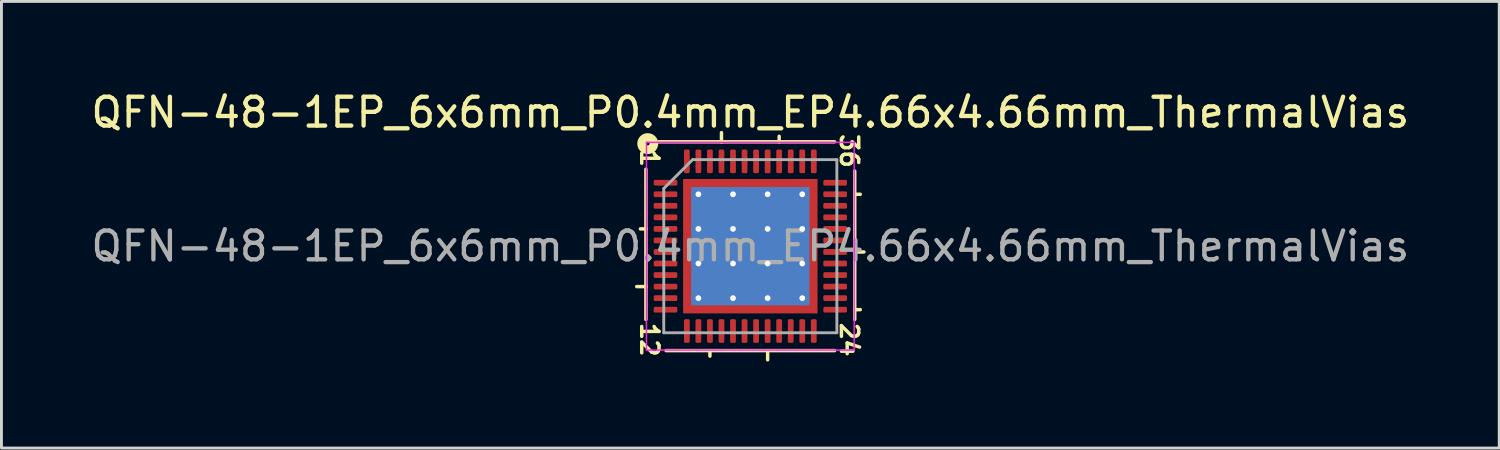
<source format=kicad_pcb>
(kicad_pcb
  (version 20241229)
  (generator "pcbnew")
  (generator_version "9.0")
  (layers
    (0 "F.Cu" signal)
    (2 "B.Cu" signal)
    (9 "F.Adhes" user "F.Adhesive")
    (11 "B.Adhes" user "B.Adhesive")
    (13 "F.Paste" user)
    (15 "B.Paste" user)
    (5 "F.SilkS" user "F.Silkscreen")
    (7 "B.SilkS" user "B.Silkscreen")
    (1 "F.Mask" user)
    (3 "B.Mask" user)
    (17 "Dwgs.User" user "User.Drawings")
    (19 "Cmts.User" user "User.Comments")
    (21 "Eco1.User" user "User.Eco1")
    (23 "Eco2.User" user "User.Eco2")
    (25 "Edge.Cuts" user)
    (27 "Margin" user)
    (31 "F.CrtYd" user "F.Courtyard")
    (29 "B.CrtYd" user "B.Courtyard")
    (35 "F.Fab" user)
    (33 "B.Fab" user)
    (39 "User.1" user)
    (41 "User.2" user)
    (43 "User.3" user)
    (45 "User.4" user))
  (footprint "QFN-48-1EP_6x6mm_P0.4mm_EP4.66x4.66mm_ThermalVias"
    (layer "F.Cu")
    (at 22.958 5.484)
    (property "Reference" "QFN-48-1EP_6x6mm_P0.4mm_EP4.66x4.66mm_ThermalVias" (at 0 -4.636 0) (layer "F.SilkS") (effects (font (size 1 1) (thickness 0.15))))
    (attr smd)
    (fp_line (start -3.619 -2.667) (end -3.619 2.54) (stroke (width 0.12) (type solid)) (layer "F.SilkS"))
    (fp_line (start -3.619 -0.6) (end -3.81 -0.6) (stroke (width 0.12) (type solid)) (layer "F.SilkS"))
    (fp_line (start -3.619 1.4) (end -3.937 1.4) (stroke (width 0.12) (type solid)) (layer "F.SilkS"))
    (fp_line (start -2.921 3.619) (end 2.921 3.619) (stroke (width 0.12) (type solid)) (layer "F.SilkS"))
    (fp_line (start -1.4 3.81) (end -1.4 3.619) (stroke (width 0.12) (type solid)) (layer "F.SilkS"))
    (fp_line (start -1 -3.619) (end -1 -3.937) (stroke (width 0.12) (type solid)) (layer "F.SilkS"))
    (fp_line (start 0.6 3.619) (end 0.6 3.937) (stroke (width 0.12) (type solid)) (layer "F.SilkS"))
    (fp_line (start 1 -3.619) (end 1 -3.81) (stroke (width 0.12) (type solid)) (layer "F.SilkS"))
    (fp_line (start 2.921 -3.619) (end -3.175 -3.619) (stroke (width 0.12) (type solid)) (layer "F.SilkS"))
    (fp_line (start 3.619 -1.8) (end 3.81 -1.8) (stroke (width 0.12) (type solid)) (layer "F.SilkS"))
    (fp_line (start 3.619 0.2) (end 3.937 0.2) (stroke (width 0.12) (type solid)) (layer "F.SilkS"))
    (fp_line (start 3.619 2.2) (end 3.81 2.2) (stroke (width 0.12) (type solid)) (layer "F.SilkS"))
    (fp_line (start 3.619 2.54) (end 3.619 -2.603) (stroke (width 0.12) (type solid)) (layer "F.SilkS"))
    (fp_circle (center -3.556 -3.556) (end -3.493 -3.556) (stroke (width 0.3) (type solid)) (fill no) (layer "F.SilkS"))
    (fp_line (start -3.6 -3.6) (end -3.6 3.6) (stroke (width 0.05) (type solid)) (layer "F.CrtYd"))
    (fp_line (start -3.6 3.6) (end 3.6 3.6) (stroke (width 0.05) (type solid)) (layer "F.CrtYd"))
    (fp_line (start 3.6 -3.6) (end -3.6 -3.6) (stroke (width 0.05) (type solid)) (layer "F.CrtYd"))
    (fp_line (start 3.6 3.6) (end 3.6 -3.6) (stroke (width 0.05) (type solid)) (layer "F.CrtYd"))
    (fp_line (start -3 -2) (end -2 -3) (stroke (width 0.1) (type solid)) (layer "F.Fab"))
    (fp_line (start -3 3) (end -3 -2) (stroke (width 0.1) (type solid)) (layer "F.Fab"))
    (fp_line (start -2 -3) (end 3 -3) (stroke (width 0.1) (type solid)) (layer "F.Fab"))
    (fp_line (start 3 -3) (end 3 3) (stroke (width 0.1) (type solid)) (layer "F.Fab"))
    (fp_line (start 3 3) (end -3 3) (stroke (width 0.1) (type solid)) (layer "F.Fab"))
    (fp_text user "36" (at 3.429 -3.302 270) (unlocked yes) (layer "F.SilkS") (effects (font (size 0.6 0.6) (thickness 0.12))))
    (fp_text user "1" (at -3.493 -3.048 270) (unlocked yes) (layer "F.SilkS") (effects (font (size 0.6 0.6) (thickness 0.12))))
    (fp_text user "12" (at -3.493 3.239 270) (unlocked yes) (layer "F.SilkS") (effects (font (size 0.6 0.6) (thickness 0.12))))
    (fp_text user "24" (at 3.429 3.239 270) (unlocked yes) (layer "F.SilkS") (effects (font (size 0.6 0.6) (thickness 0.12))))
    (fp_text user "${REFERENCE}" (at 0 0 0) (layer "F.Fab") (effects (font (size 1 1) (thickness 0.15))))
    (pad "" smd custom (at -2.065 -2.065) (size 0.3 0.3) (layers "F.Paste") (options (anchor circle)) (primitives (gr_poly (pts (xy -0.107 -0.107) (xy 0.107 -0.107) (xy 0.107 -0.011) (xy -0.011 0.107) (xy -0.107 0.107)) (width 0.214) (fill yes))))
    (pad "" smd custom (at -2.065 -1.2) (size 0.346 0.346) (layers "F.Paste") (options (anchor circle)) (primitives (gr_poly (pts (xy -0.132 -0.402) (xy 0.065 -0.402) (xy 0.132 -0.335) (xy 0.132 0.335) (xy 0.065 0.402) (xy -0.132 0.402)) (width 0.163) (fill yes))))
    (pad "" smd custom (at -2.065 0) (size 0.346 0.346) (layers "F.Paste") (options (anchor circle)) (primitives (gr_poly (pts (xy -0.132 -0.402) (xy 0.065 -0.402) (xy 0.132 -0.335) (xy 0.132 0.335) (xy 0.065 0.402) (xy -0.132 0.402)) (width 0.163) (fill yes))))
    (pad "" smd custom (at -2.065 1.2) (size 0.346 0.346) (layers "F.Paste") (options (anchor circle)) (primitives (gr_poly (pts (xy -0.132 -0.402) (xy 0.065 -0.402) (xy 0.132 -0.335) (xy 0.132 0.335) (xy 0.065 0.402) (xy -0.132 0.402)) (width 0.163) (fill yes))))
    (pad "" smd custom (at -2.065 2.065) (size 0.3 0.3) (layers "F.Paste") (options (anchor circle)) (primitives (gr_poly (pts (xy -0.107 -0.107) (xy -0.011 -0.107) (xy 0.107 0.011) (xy 0.107 0.107) (xy -0.107 0.107)) (width 0.214) (fill yes))))
    (pad "" smd custom (at -1.2 -2.065) (size 0.346 0.346) (layers "F.Paste") (options (anchor circle)) (primitives (gr_poly (pts (xy -0.402 -0.132) (xy 0.402 -0.132) (xy 0.402 0.065) (xy 0.335 0.132) (xy -0.335 0.132) (xy -0.402 0.065)) (width 0.163) (fill yes))))
    (pad "" smd roundrect (at -1.2 -1.2) (size 0.967 0.967) (layers "F.Paste") (roundrect_rratio 0.25))
    (pad "" smd roundrect (at -1.2 0) (size 0.967 0.967) (layers "F.Paste") (roundrect_rratio 0.25))
    (pad "" smd roundrect (at -1.2 1.2) (size 0.967 0.967) (layers "F.Paste") (roundrect_rratio 0.25))
    (pad "" smd custom (at -1.2 2.065) (size 0.346 0.346) (layers "F.Paste") (options (anchor circle)) (primitives (gr_poly (pts (xy -0.402 -0.065) (xy -0.335 -0.132) (xy 0.335 -0.132) (xy 0.402 -0.065) (xy 0.402 0.132) (xy -0.402 0.132)) (width 0.163) (fill yes))))
    (pad "" smd custom (at 0 -2.065) (size 0.346 0.346) (layers "F.Paste") (options (anchor circle)) (primitives (gr_poly (pts (xy -0.402 -0.132) (xy 0.402 -0.132) (xy 0.402 0.065) (xy 0.335 0.132) (xy -0.335 0.132) (xy -0.402 0.065)) (width 0.163) (fill yes))))
    (pad "" smd roundrect (at 0 -1.2) (size 0.967 0.967) (layers "F.Paste") (roundrect_rratio 0.25))
    (pad "" smd roundrect (at 0 0) (size 0.967 0.967) (layers "F.Paste") (roundrect_rratio 0.25))
    (pad "" smd roundrect (at 0 1.2) (size 0.967 0.967) (layers "F.Paste") (roundrect_rratio 0.25))
    (pad "" smd custom (at 0 2.065) (size 0.346 0.346) (layers "F.Paste") (options (anchor circle)) (primitives (gr_poly (pts (xy -0.402 -0.065) (xy -0.335 -0.132) (xy 0.335 -0.132) (xy 0.402 -0.065) (xy 0.402 0.132) (xy -0.402 0.132)) (width 0.163) (fill yes))))
    (pad "" smd custom (at 1.2 -2.065) (size 0.346 0.346) (layers "F.Paste") (options (anchor circle)) (primitives (gr_poly (pts (xy -0.402 -0.132) (xy 0.402 -0.132) (xy 0.402 0.065) (xy 0.335 0.132) (xy -0.335 0.132) (xy -0.402 0.065)) (width 0.163) (fill yes))))
    (pad "" smd roundrect (at 1.2 -1.2) (size 0.967 0.967) (layers "F.Paste") (roundrect_rratio 0.25))
    (pad "" smd roundrect (at 1.2 0) (size 0.967 0.967) (layers "F.Paste") (roundrect_rratio 0.25))
    (pad "" smd roundrect (at 1.2 1.2) (size 0.967 0.967) (layers "F.Paste") (roundrect_rratio 0.25))
    (pad "" smd custom (at 1.2 2.065) (size 0.346 0.346) (layers "F.Paste") (options (anchor circle)) (primitives (gr_poly (pts (xy -0.402 -0.065) (xy -0.335 -0.132) (xy 0.335 -0.132) (xy 0.402 -0.065) (xy 0.402 0.132) (xy -0.402 0.132)) (width 0.163) (fill yes))))
    (pad "" smd custom (at 2.065 -2.065) (size 0.3 0.3) (layers "F.Paste") (options (anchor circle)) (primitives (gr_poly (pts (xy -0.107 -0.107) (xy 0.107 -0.107) (xy 0.107 0.107) (xy 0.011 0.107) (xy -0.107 -0.011)) (width 0.214) (fill yes))))
    (pad "" smd custom (at 2.065 -1.2) (size 0.346 0.346) (layers "F.Paste") (options (anchor circle)) (primitives (gr_poly (pts (xy -0.132 -0.335) (xy -0.065 -0.402) (xy 0.132 -0.402) (xy 0.132 0.402) (xy -0.065 0.402) (xy -0.132 0.335)) (width 0.163) (fill yes))))
    (pad "" smd custom (at 2.065 0) (size 0.346 0.346) (layers "F.Paste") (options (anchor circle)) (primitives (gr_poly (pts (xy -0.132 -0.335) (xy -0.065 -0.402) (xy 0.132 -0.402) (xy 0.132 0.402) (xy -0.065 0.402) (xy -0.132 0.335)) (width 0.163) (fill yes))))
    (pad "" smd custom (at 2.065 1.2) (size 0.346 0.346) (layers "F.Paste") (options (anchor circle)) (primitives (gr_poly (pts (xy -0.132 -0.335) (xy -0.065 -0.402) (xy 0.132 -0.402) (xy 0.132 0.402) (xy -0.065 0.402) (xy -0.132 0.335)) (width 0.163) (fill yes))))
    (pad "" smd custom (at 2.065 2.065) (size 0.3 0.3) (layers "F.Paste") (options (anchor circle)) (primitives (gr_poly (pts (xy -0.107 0.011) (xy 0.011 -0.107) (xy 0.107 -0.107) (xy 0.107 0.107) (xy -0.107 0.107)) (width 0.214) (fill yes))))
    (pad "1" smd roundrect (at -2.94 -2.2) (size 0.82 0.2) (layers "F.Cu" "F.Mask" "F.Paste") (roundrect_rratio 0.25))
    (pad "2" smd roundrect (at -2.94 -1.8) (size 0.82 0.2) (layers "F.Cu" "F.Mask" "F.Paste") (roundrect_rratio 0.25))
    (pad "3" smd roundrect (at -2.94 -1.4) (size 0.82 0.2) (layers "F.Cu" "F.Mask" "F.Paste") (roundrect_rratio 0.25))
    (pad "4" smd roundrect (at -2.94 -1) (size 0.82 0.2) (layers "F.Cu" "F.Mask" "F.Paste") (roundrect_rratio 0.25))
    (pad "5" smd roundrect (at -2.94 -0.6) (size 0.82 0.2) (layers "F.Cu" "F.Mask" "F.Paste") (roundrect_rratio 0.25))
    (pad "6" smd roundrect (at -2.94 -0.2) (size 0.82 0.2) (layers "F.Cu" "F.Mask" "F.Paste") (roundrect_rratio 0.25))
    (pad "7" smd roundrect (at -2.94 0.2) (size 0.82 0.2) (layers "F.Cu" "F.Mask" "F.Paste") (roundrect_rratio 0.25))
    (pad "8" smd roundrect (at -2.94 0.6) (size 0.82 0.2) (layers "F.Cu" "F.Mask" "F.Paste") (roundrect_rratio 0.25))
    (pad "9" smd roundrect (at -2.94 1) (size 0.82 0.2) (layers "F.Cu" "F.Mask" "F.Paste") (roundrect_rratio 0.25))
    (pad "10" smd roundrect (at -2.94 1.4) (size 0.82 0.2) (layers "F.Cu" "F.Mask" "F.Paste") (roundrect_rratio 0.25))
    (pad "11" smd roundrect (at -2.94 1.8) (size 0.82 0.2) (layers "F.Cu" "F.Mask" "F.Paste") (roundrect_rratio 0.25))
    (pad "12" smd roundrect (at -2.94 2.2) (size 0.82 0.2) (layers "F.Cu" "F.Mask" "F.Paste") (roundrect_rratio 0.25))
    (pad "13" smd roundrect (at -2.2 2.94) (size 0.2 0.82) (layers "F.Cu" "F.Mask" "F.Paste") (roundrect_rratio 0.25))
    (pad "14" smd roundrect (at -1.8 2.94) (size 0.2 0.82) (layers "F.Cu" "F.Mask" "F.Paste") (roundrect_rratio 0.25))
    (pad "15" smd roundrect (at -1.4 2.94) (size 0.2 0.82) (layers "F.Cu" "F.Mask" "F.Paste") (roundrect_rratio 0.25))
    (pad "16" smd roundrect (at -1 2.94) (size 0.2 0.82) (layers "F.Cu" "F.Mask" "F.Paste") (roundrect_rratio 0.25))
    (pad "17" smd roundrect (at -0.6 2.94) (size 0.2 0.82) (layers "F.Cu" "F.Mask" "F.Paste") (roundrect_rratio 0.25))
    (pad "18" smd roundrect (at -0.2 2.94) (size 0.2 0.82) (layers "F.Cu" "F.Mask" "F.Paste") (roundrect_rratio 0.25))
    (pad "19" smd roundrect (at 0.2 2.94) (size 0.2 0.82) (layers "F.Cu" "F.Mask" "F.Paste") (roundrect_rratio 0.25))
    (pad "20" smd roundrect (at 0.6 2.94) (size 0.2 0.82) (layers "F.Cu" "F.Mask" "F.Paste") (roundrect_rratio 0.25))
    (pad "21" smd roundrect (at 1 2.94) (size 0.2 0.82) (layers "F.Cu" "F.Mask" "F.Paste") (roundrect_rratio 0.25))
    (pad "22" smd roundrect (at 1.4 2.94) (size 0.2 0.82) (layers "F.Cu" "F.Mask" "F.Paste") (roundrect_rratio 0.25))
    (pad "23" smd roundrect (at 1.8 2.94) (size 0.2 0.82) (layers "F.Cu" "F.Mask" "F.Paste") (roundrect_rratio 0.25))
    (pad "24" smd roundrect (at 2.2 2.94) (size 0.2 0.82) (layers "F.Cu" "F.Mask" "F.Paste") (roundrect_rratio 0.25))
    (pad "25" smd roundrect (at 2.94 2.2) (size 0.82 0.2) (layers "F.Cu" "F.Mask" "F.Paste") (roundrect_rratio 0.25))
    (pad "26" smd roundrect (at 2.94 1.8) (size 0.82 0.2) (layers "F.Cu" "F.Mask" "F.Paste") (roundrect_rratio 0.25))
    (pad "27" smd roundrect (at 2.94 1.4) (size 0.82 0.2) (layers "F.Cu" "F.Mask" "F.Paste") (roundrect_rratio 0.25))
    (pad "28" smd roundrect (at 2.94 1) (size 0.82 0.2) (layers "F.Cu" "F.Mask" "F.Paste") (roundrect_rratio 0.25))
    (pad "29" smd roundrect (at 2.94 0.6) (size 0.82 0.2) (layers "F.Cu" "F.Mask" "F.Paste") (roundrect_rratio 0.25))
    (pad "30" smd roundrect (at 2.94 0.2) (size 0.82 0.2) (layers "F.Cu" "F.Mask" "F.Paste") (roundrect_rratio 0.25))
    (pad "31" smd roundrect (at 2.94 -0.2) (size 0.82 0.2) (layers "F.Cu" "F.Mask" "F.Paste") (roundrect_rratio 0.25))
    (pad "32" smd roundrect (at 2.94 -0.6) (size 0.82 0.2) (layers "F.Cu" "F.Mask" "F.Paste") (roundrect_rratio 0.25))
    (pad "33" smd roundrect (at 2.94 -1) (size 0.82 0.2) (layers "F.Cu" "F.Mask" "F.Paste") (roundrect_rratio 0.25))
    (pad "34" smd roundrect (at 2.94 -1.4) (size 0.82 0.2) (layers "F.Cu" "F.Mask" "F.Paste") (roundrect_rratio 0.25))
    (pad "35" smd roundrect (at 2.94 -1.8) (size 0.82 0.2) (layers "F.Cu" "F.Mask" "F.Paste") (roundrect_rratio 0.25))
    (pad "36" smd roundrect (at 2.94 -2.2) (size 0.82 0.2) (layers "F.Cu" "F.Mask" "F.Paste") (roundrect_rratio 0.25))
    (pad "37" smd roundrect (at 2.2 -2.94) (size 0.2 0.82) (layers "F.Cu" "F.Mask" "F.Paste") (roundrect_rratio 0.25))
    (pad "38" smd roundrect (at 1.8 -2.94) (size 0.2 0.82) (layers "F.Cu" "F.Mask" "F.Paste") (roundrect_rratio 0.25))
    (pad "39" smd roundrect (at 1.4 -2.94) (size 0.2 0.82) (layers "F.Cu" "F.Mask" "F.Paste") (roundrect_rratio 0.25))
    (pad "40" smd roundrect (at 1 -2.94) (size 0.2 0.82) (layers "F.Cu" "F.Mask" "F.Paste") (roundrect_rratio 0.25))
    (pad "41" smd roundrect (at 0.6 -2.94) (size 0.2 0.82) (layers "F.Cu" "F.Mask" "F.Paste") (roundrect_rratio 0.25))
    (pad "42" smd roundrect (at 0.2 -2.94) (size 0.2 0.82) (layers "F.Cu" "F.Mask" "F.Paste") (roundrect_rratio 0.25))
    (pad "43" smd roundrect (at -0.2 -2.94) (size 0.2 0.82) (layers "F.Cu" "F.Mask" "F.Paste") (roundrect_rratio 0.25))
    (pad "44" smd roundrect (at -0.6 -2.94) (size 0.2 0.82) (layers "F.Cu" "F.Mask" "F.Paste") (roundrect_rratio 0.25))
    (pad "45" smd roundrect (at -1 -2.94) (size 0.2 0.82) (layers "F.Cu" "F.Mask" "F.Paste") (roundrect_rratio 0.25))
    (pad "46" smd roundrect (at -1.4 -2.94) (size 0.2 0.82) (layers "F.Cu" "F.Mask" "F.Paste") (roundrect_rratio 0.25))
    (pad "47" smd roundrect (at -1.8 -2.94) (size 0.2 0.82) (layers "F.Cu" "F.Mask" "F.Paste") (roundrect_rratio 0.25))
    (pad "48" smd roundrect (at -2.2 -2.94) (size 0.2 0.82) (layers "F.Cu" "F.Mask" "F.Paste") (roundrect_rratio 0.25))
    (pad "49" thru_hole circle (at -1.8 -1.8) (size 0.5 0.5) (drill 0.2) (layers "*.Cu"))
    (pad "49" thru_hole circle (at -1.8 -0.6) (size 0.5 0.5) (drill 0.2) (layers "*.Cu"))
    (pad "49" thru_hole circle (at -1.8 0.6) (size 0.5 0.5) (drill 0.2) (layers "*.Cu"))
    (pad "49" thru_hole circle (at -1.8 1.8) (size 0.5 0.5) (drill 0.2) (layers "*.Cu"))
    (pad "49" thru_hole circle (at -0.6 -1.8) (size 0.5 0.5) (drill 0.2) (layers "*.Cu"))
    (pad "49" thru_hole circle (at -0.6 -0.6) (size 0.5 0.5) (drill 0.2) (layers "*.Cu"))
    (pad "49" thru_hole circle (at -0.6 0.6) (size 0.5 0.5) (drill 0.2) (layers "*.Cu"))
    (pad "49" thru_hole circle (at -0.6 1.8) (size 0.5 0.5) (drill 0.2) (layers "*.Cu"))
    (pad "49" smd rect (at 0 0) (size 4.1 4.1) (layers "B.Cu"))
    (pad "49" smd rect (at 0 0) (size 4.66 4.66) (layers "F.Cu" "F.Mask"))
    (pad "49" thru_hole circle (at 0.6 -1.8) (size 0.5 0.5) (drill 0.2) (layers "*.Cu"))
    (pad "49" thru_hole circle (at 0.6 -0.6) (size 0.5 0.5) (drill 0.2) (layers "*.Cu"))
    (pad "49" thru_hole circle (at 0.6 0.6) (size 0.5 0.5) (drill 0.2) (layers "*.Cu"))
    (pad "49" thru_hole circle (at 0.6 1.8) (size 0.5 0.5) (drill 0.2) (layers "*.Cu"))
    (pad "49" thru_hole circle (at 1.8 -1.8) (size 0.5 0.5) (drill 0.2) (layers "*.Cu"))
    (pad "49" thru_hole circle (at 1.8 -0.6) (size 0.5 0.5) (drill 0.2) (layers "*.Cu"))
    (pad "49" thru_hole circle (at 1.8 0.6) (size 0.5 0.5) (drill 0.2) (layers "*.Cu"))
    (pad "49" thru_hole circle (at 1.8 1.8) (size 0.5 0.5) (drill 0.2) (layers "*.Cu")))
  (gr_rect
    (start -3 -3)
    (end 48.917 12.481)
    (stroke (width 0.1) (type default))
    (fill no)
    (layer "Edge.Cuts")))
</source>
